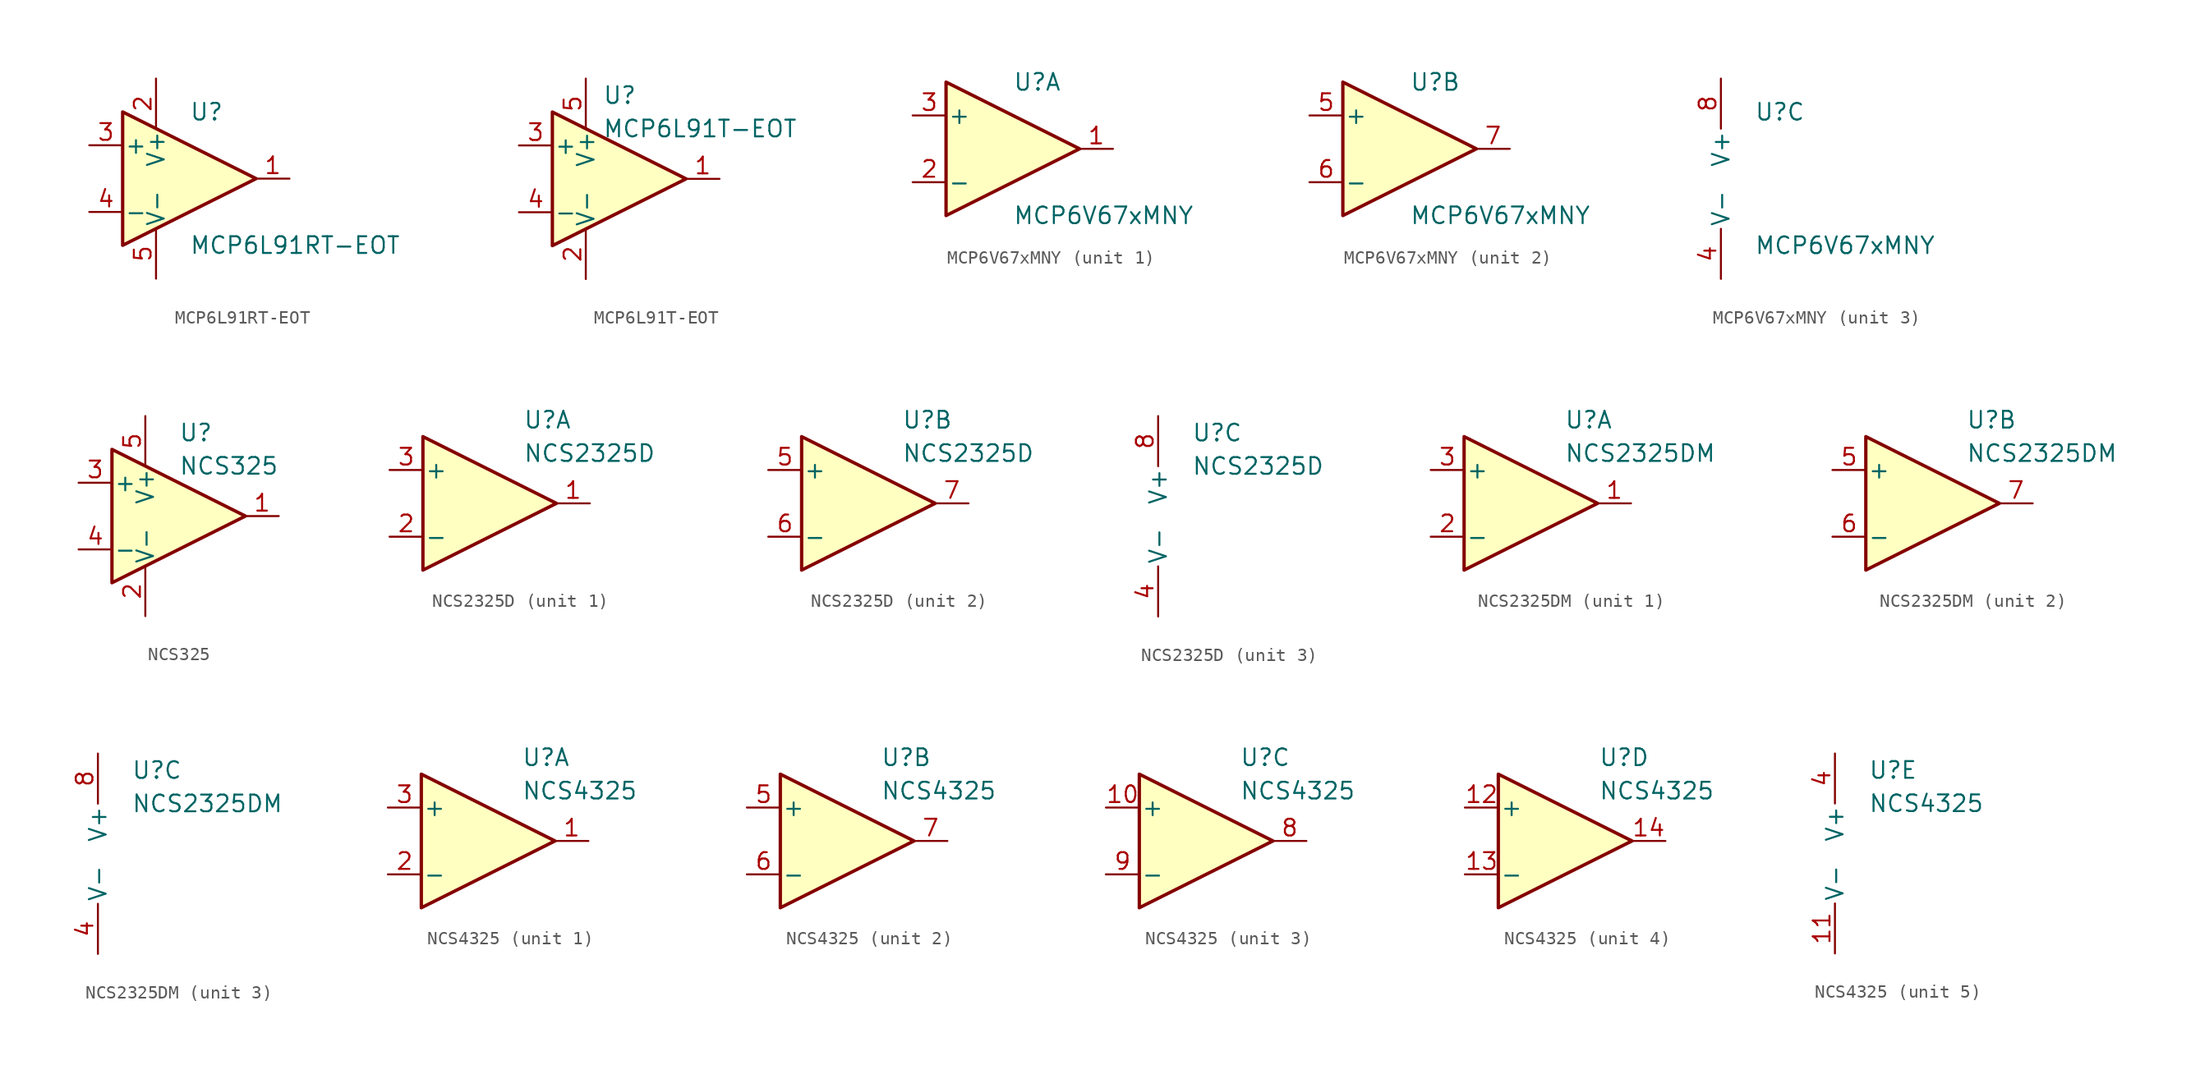
<source format=kicad_sym>
(kicad_symbol_lib
  (version 20201005)
  (generator kicad_symbol_editor)
  (symbol "Amplifier_Operational:MCP6L91RT-EOT"
    (pin_names
      (offset 0.127))
    (property "Reference" "U"
      (at 0 5.08 0)
      (effects (font (size 1.27 1.27)) (justify left)))
    (property "Value" "MCP6L91RT-EOT"
      (at 0 -5.08 0)
      (effects (font (size 1.27 1.27)) (justify left)))
    (symbol "MCP6L91RT-EOT_0_1"
      (polyline (pts (xy -5.08 5.08) (xy 5.08 0) (xy -5.08 -5.08) (xy -5.08 5.08)) (stroke (width 0.254)) (fill (type background)))
      (pin power_in line (at -2.54 7.62 270) (length 3.81) (name "V+" (effects (font (size 1.27 1.27)))) (number "2" (effects (font (size 1.27 1.27)))))
      (pin power_in line (at -2.54 -7.62 90) (length 3.81) (name "V-" (effects (font (size 1.27 1.27)))) (number "5" (effects (font (size 1.27 1.27))))))
    (symbol "MCP6L91RT-EOT_1_1"
      (pin output line (at 7.62 0 180) (length 2.54) (name "~" (effects (font (size 1.27 1.27)))) (number "1" (effects (font (size 1.27 1.27)))))
      (pin input line (at -7.62 2.54 0) (length 2.54) (name "+" (effects (font (size 1.27 1.27)))) (number "3" (effects (font (size 1.27 1.27)))))
      (pin input line (at -7.62 -2.54 0) (length 2.54) (name "-" (effects (font (size 1.27 1.27)))) (number "4" (effects (font (size 1.27 1.27)))))))
  (symbol "Amplifier_Operational:MCP6L91T-EOT"
    (pin_names
      (offset 0.127))
    (property "Reference" "U"
      (at -1.27 6.35 0)
      (effects (font (size 1.27 1.27)) (justify left)))
    (property "Value" "MCP6L91T-EOT"
      (at -1.27 3.81 0)
      (effects (font (size 1.27 1.27)) (justify left)))
    (symbol "MCP6L91T-EOT_0_1"
      (polyline (pts (xy -5.08 5.08) (xy 5.08 0) (xy -5.08 -5.08) (xy -5.08 5.08)) (stroke (width 0.254)) (fill (type background)))
      (pin power_in line (at -2.54 -7.62 90) (length 3.81) (name "V-" (effects (font (size 1.27 1.27)))) (number "2" (effects (font (size 1.27 1.27)))))
      (pin power_in line (at -2.54 7.62 270) (length 3.81) (name "V+" (effects (font (size 1.27 1.27)))) (number "5" (effects (font (size 1.27 1.27))))))
    (symbol "MCP6L91T-EOT_1_1"
      (pin output line (at 7.62 0 180) (length 2.54) (name "~" (effects (font (size 1.27 1.27)))) (number "1" (effects (font (size 1.27 1.27)))))
      (pin input line (at -7.62 2.54 0) (length 2.54) (name "+" (effects (font (size 1.27 1.27)))) (number "3" (effects (font (size 1.27 1.27)))))
      (pin input line (at -7.62 -2.54 0) (length 2.54) (name "-" (effects (font (size 1.27 1.27)))) (number "4" (effects (font (size 1.27 1.27)))))))
  (symbol "Amplifier_Operational:MCP6V67xMNY"
    (pin_names
      (offset 0.127))
    (property "Reference" "U"
      (at 0 5.08 0)
      (effects (font (size 1.27 1.27)) (justify left)))
    (property "Value" "MCP6V67xMNY"
      (at 0 -5.08 0)
      (effects (font (size 1.27 1.27)) (justify left)))
    (property "ki_locked" ""
      (at 0 0 0)
      (effects (font (size 1.27 1.27))))
    (symbol "MCP6V67xMNY_1_1"
      (polyline (pts (xy -5.08 5.08) (xy 5.08 0) (xy -5.08 -5.08) (xy -5.08 5.08)) (stroke (width 0.254)) (fill (type background)))
      (pin output line (at 7.62 0 180) (length 2.54) (name "~" (effects (font (size 1.27 1.27)))) (number "1" (effects (font (size 1.27 1.27)))))
      (pin input line (at -7.62 -2.54 0) (length 2.54) (name "-" (effects (font (size 1.27 1.27)))) (number "2" (effects (font (size 1.27 1.27)))))
      (pin input line (at -7.62 2.54 0) (length 2.54) (name "+" (effects (font (size 1.27 1.27)))) (number "3" (effects (font (size 1.27 1.27))))))
    (symbol "MCP6V67xMNY_2_1"
      (polyline (pts (xy -5.08 5.08) (xy 5.08 0) (xy -5.08 -5.08) (xy -5.08 5.08)) (stroke (width 0.254)) (fill (type background)))
      (pin input line (at -7.62 2.54 0) (length 2.54) (name "+" (effects (font (size 1.27 1.27)))) (number "5" (effects (font (size 1.27 1.27)))))
      (pin input line (at -7.62 -2.54 0) (length 2.54) (name "-" (effects (font (size 1.27 1.27)))) (number "6" (effects (font (size 1.27 1.27)))))
      (pin output line (at 7.62 0 180) (length 2.54) (name "~" (effects (font (size 1.27 1.27)))) (number "7" (effects (font (size 1.27 1.27))))))
    (symbol "MCP6V67xMNY_3_1"
      (pin power_in line (at -2.54 -7.62 90) (length 3.81) (name "V-" (effects (font (size 1.27 1.27)))) (number "4" (effects (font (size 1.27 1.27)))))
      (pin power_in line (at -2.54 7.62 270) (length 3.81) (name "V+" (effects (font (size 1.27 1.27)))) (number "8" (effects (font (size 1.27 1.27)))))
      (pin passive line (at -2.54 -7.62 90) (length 3.81) hide (name "V-" (effects (font (size 1.27 1.27)))) (number "9" (effects (font (size 1.27 1.27)))))))
  (symbol "Amplifier_Operational:NCS325"
    (pin_names
      (offset 0.127))
    (property "Reference" "U"
      (at 0 6.35 0)
      (effects (font (size 1.27 1.27)) (justify left)))
    (property "Value" "NCS325"
      (at 0 3.81 0)
      (effects (font (size 1.27 1.27)) (justify left)))
    (symbol "NCS325_0_1"
      (polyline (pts (xy -5.08 5.08) (xy 5.08 0) (xy -5.08 -5.08) (xy -5.08 5.08)) (stroke (width 0.254)) (fill (type background))))
    (symbol "NCS325_1_1"
      (pin output line (at 7.62 0 180) (length 2.54) (name "~" (effects (font (size 1.27 1.27)))) (number "1" (effects (font (size 1.27 1.27)))))
      (pin power_in line (at -2.54 -7.62 90) (length 3.81) (name "V-" (effects (font (size 1.27 1.27)))) (number "2" (effects (font (size 1.27 1.27)))))
      (pin input line (at -7.62 2.54 0) (length 2.54) (name "+" (effects (font (size 1.27 1.27)))) (number "3" (effects (font (size 1.27 1.27)))))
      (pin input line (at -7.62 -2.54 0) (length 2.54) (name "-" (effects (font (size 1.27 1.27)))) (number "4" (effects (font (size 1.27 1.27)))))
      (pin power_in line (at -2.54 7.62 270) (length 3.81) (name "V+" (effects (font (size 1.27 1.27)))) (number "5" (effects (font (size 1.27 1.27)))))))
  (symbol "Amplifier_Operational:NCS2325D"
    (pin_names
      (offset 0.127))
    (property "Reference" "U"
      (at 2.54 6.35 0)
      (effects (font (size 1.27 1.27)) (justify left)))
    (property "Value" "NCS2325D"
      (at 2.54 3.81 0)
      (effects (font (size 1.27 1.27)) (justify left)))
    (property "ki_locked" ""
      (at 0 0 0)
      (effects (font (size 1.27 1.27))))
    (symbol "NCS2325D_1_1"
      (polyline (pts (xy 5.08 0) (xy -5.08 5.08) (xy -5.08 -5.08) (xy 5.08 0)) (stroke (width 0.254)) (fill (type background)))
      (pin output line (at 7.62 0 180) (length 2.54) (name "~" (effects (font (size 1.27 1.27)))) (number "1" (effects (font (size 1.27 1.27)))))
      (pin input line (at -7.62 -2.54 0) (length 2.54) (name "-" (effects (font (size 1.27 1.27)))) (number "2" (effects (font (size 1.27 1.27)))))
      (pin input line (at -7.62 2.54 0) (length 2.54) (name "+" (effects (font (size 1.27 1.27)))) (number "3" (effects (font (size 1.27 1.27))))))
    (symbol "NCS2325D_2_1"
      (polyline (pts (xy 5.08 0) (xy -5.08 5.08) (xy -5.08 -5.08) (xy 5.08 0)) (stroke (width 0.254)) (fill (type background)))
      (pin input line (at -7.62 2.54 0) (length 2.54) (name "+" (effects (font (size 1.27 1.27)))) (number "5" (effects (font (size 1.27 1.27)))))
      (pin input line (at -7.62 -2.54 0) (length 2.54) (name "-" (effects (font (size 1.27 1.27)))) (number "6" (effects (font (size 1.27 1.27)))))
      (pin output line (at 7.62 0 180) (length 2.54) (name "~" (effects (font (size 1.27 1.27)))) (number "7" (effects (font (size 1.27 1.27))))))
    (symbol "NCS2325D_3_1"
      (pin power_in line (at 0 -7.62 90) (length 3.81) (name "V-" (effects (font (size 1.27 1.27)))) (number "4" (effects (font (size 1.27 1.27)))))
      (pin power_in line (at 0 7.62 270) (length 3.81) (name "V+" (effects (font (size 1.27 1.27)))) (number "8" (effects (font (size 1.27 1.27)))))))
  (symbol "Amplifier_Operational:NCS2325DM"
    (pin_names
      (offset 0.127))
    (property "Reference" "U"
      (at 2.54 6.35 0)
      (effects (font (size 1.27 1.27)) (justify left)))
    (property "Value" "NCS2325DM"
      (at 2.54 3.81 0)
      (effects (font (size 1.27 1.27)) (justify left)))
    (property "ki_locked" ""
      (at 0 0 0)
      (effects (font (size 1.27 1.27))))
    (symbol "NCS2325DM_1_1"
      (polyline (pts (xy 5.08 0) (xy -5.08 5.08) (xy -5.08 -5.08) (xy 5.08 0)) (stroke (width 0.254)) (fill (type background)))
      (pin output line (at 7.62 0 180) (length 2.54) (name "~" (effects (font (size 1.27 1.27)))) (number "1" (effects (font (size 1.27 1.27)))))
      (pin input line (at -7.62 -2.54 0) (length 2.54) (name "-" (effects (font (size 1.27 1.27)))) (number "2" (effects (font (size 1.27 1.27)))))
      (pin input line (at -7.62 2.54 0) (length 2.54) (name "+" (effects (font (size 1.27 1.27)))) (number "3" (effects (font (size 1.27 1.27))))))
    (symbol "NCS2325DM_2_1"
      (polyline (pts (xy 5.08 0) (xy -5.08 5.08) (xy -5.08 -5.08) (xy 5.08 0)) (stroke (width 0.254)) (fill (type background)))
      (pin input line (at -7.62 2.54 0) (length 2.54) (name "+" (effects (font (size 1.27 1.27)))) (number "5" (effects (font (size 1.27 1.27)))))
      (pin input line (at -7.62 -2.54 0) (length 2.54) (name "-" (effects (font (size 1.27 1.27)))) (number "6" (effects (font (size 1.27 1.27)))))
      (pin output line (at 7.62 0 180) (length 2.54) (name "~" (effects (font (size 1.27 1.27)))) (number "7" (effects (font (size 1.27 1.27))))))
    (symbol "NCS2325DM_3_1"
      (pin power_in line (at 0 -7.62 90) (length 3.81) (name "V-" (effects (font (size 1.27 1.27)))) (number "4" (effects (font (size 1.27 1.27)))))
      (pin power_in line (at 0 7.62 270) (length 3.81) (name "V+" (effects (font (size 1.27 1.27)))) (number "8" (effects (font (size 1.27 1.27)))))))
  (symbol "Amplifier_Operational:NCS4325"
    (pin_names
      (offset 0.127))
    (property "Reference" "U"
      (at 2.54 6.35 0)
      (effects (font (size 1.27 1.27)) (justify left)))
    (property "Value" "NCS4325"
      (at 2.54 3.81 0)
      (effects (font (size 1.27 1.27)) (justify left)))
    (property "ki_locked" ""
      (at 0 0 0)
      (effects (font (size 1.27 1.27))))
    (symbol "NCS4325_1_1"
      (polyline (pts (xy 5.08 0) (xy -5.08 5.08) (xy -5.08 -5.08) (xy 5.08 0)) (stroke (width 0.254)) (fill (type background)))
      (pin output line (at 7.62 0 180) (length 2.54) (name "~" (effects (font (size 1.27 1.27)))) (number "1" (effects (font (size 1.27 1.27)))))
      (pin input line (at -7.62 -2.54 0) (length 2.54) (name "-" (effects (font (size 1.27 1.27)))) (number "2" (effects (font (size 1.27 1.27)))))
      (pin input line (at -7.62 2.54 0) (length 2.54) (name "+" (effects (font (size 1.27 1.27)))) (number "3" (effects (font (size 1.27 1.27))))))
    (symbol "NCS4325_2_1"
      (polyline (pts (xy -5.08 5.08) (xy -5.08 -5.08) (xy 5.08 0) (xy -5.08 5.08)) (stroke (width 0.254)) (fill (type background)))
      (pin input line (at -7.62 2.54 0) (length 2.54) (name "+" (effects (font (size 1.27 1.27)))) (number "5" (effects (font (size 1.27 1.27)))))
      (pin input line (at -7.62 -2.54 0) (length 2.54) (name "-" (effects (font (size 1.27 1.27)))) (number "6" (effects (font (size 1.27 1.27)))))
      (pin output line (at 7.62 0 180) (length 2.54) (name "~" (effects (font (size 1.27 1.27)))) (number "7" (effects (font (size 1.27 1.27))))))
    (symbol "NCS4325_3_1"
      (polyline (pts (xy 5.08 0) (xy -5.08 5.08) (xy -5.08 -5.08) (xy 5.08 0)) (stroke (width 0.254)) (fill (type background)))
      (pin input line (at -7.62 2.54 0) (length 2.54) (name "+" (effects (font (size 1.27 1.27)))) (number "10" (effects (font (size 1.27 1.27)))))
      (pin output line (at 7.62 0 180) (length 2.54) (name "~" (effects (font (size 1.27 1.27)))) (number "8" (effects (font (size 1.27 1.27)))))
      (pin input line (at -7.62 -2.54 0) (length 2.54) (name "-" (effects (font (size 1.27 1.27)))) (number "9" (effects (font (size 1.27 1.27))))))
    (symbol "NCS4325_4_1"
      (polyline (pts (xy -5.08 5.08) (xy 5.08 0) (xy -5.08 -5.08) (xy -5.08 5.08)) (stroke (width 0.254)) (fill (type background)))
      (pin input line (at -7.62 2.54 0) (length 2.54) (name "+" (effects (font (size 1.27 1.27)))) (number "12" (effects (font (size 1.27 1.27)))))
      (pin input line (at -7.62 -2.54 0) (length 2.54) (name "-" (effects (font (size 1.27 1.27)))) (number "13" (effects (font (size 1.27 1.27)))))
      (pin output line (at 7.62 0 180) (length 2.54) (name "~" (effects (font (size 1.27 1.27)))) (number "14" (effects (font (size 1.27 1.27))))))
    (symbol "NCS4325_5_1"
      (pin power_in line (at 0 -7.62 90) (length 3.81) (name "V-" (effects (font (size 1.27 1.27)))) (number "11" (effects (font (size 1.27 1.27)))))
      (pin power_in line (at 0 7.62 270) (length 3.81) (name "V+" (effects (font (size 1.27 1.27)))) (number "4" (effects (font (size 1.27 1.27))))))))
</source>
